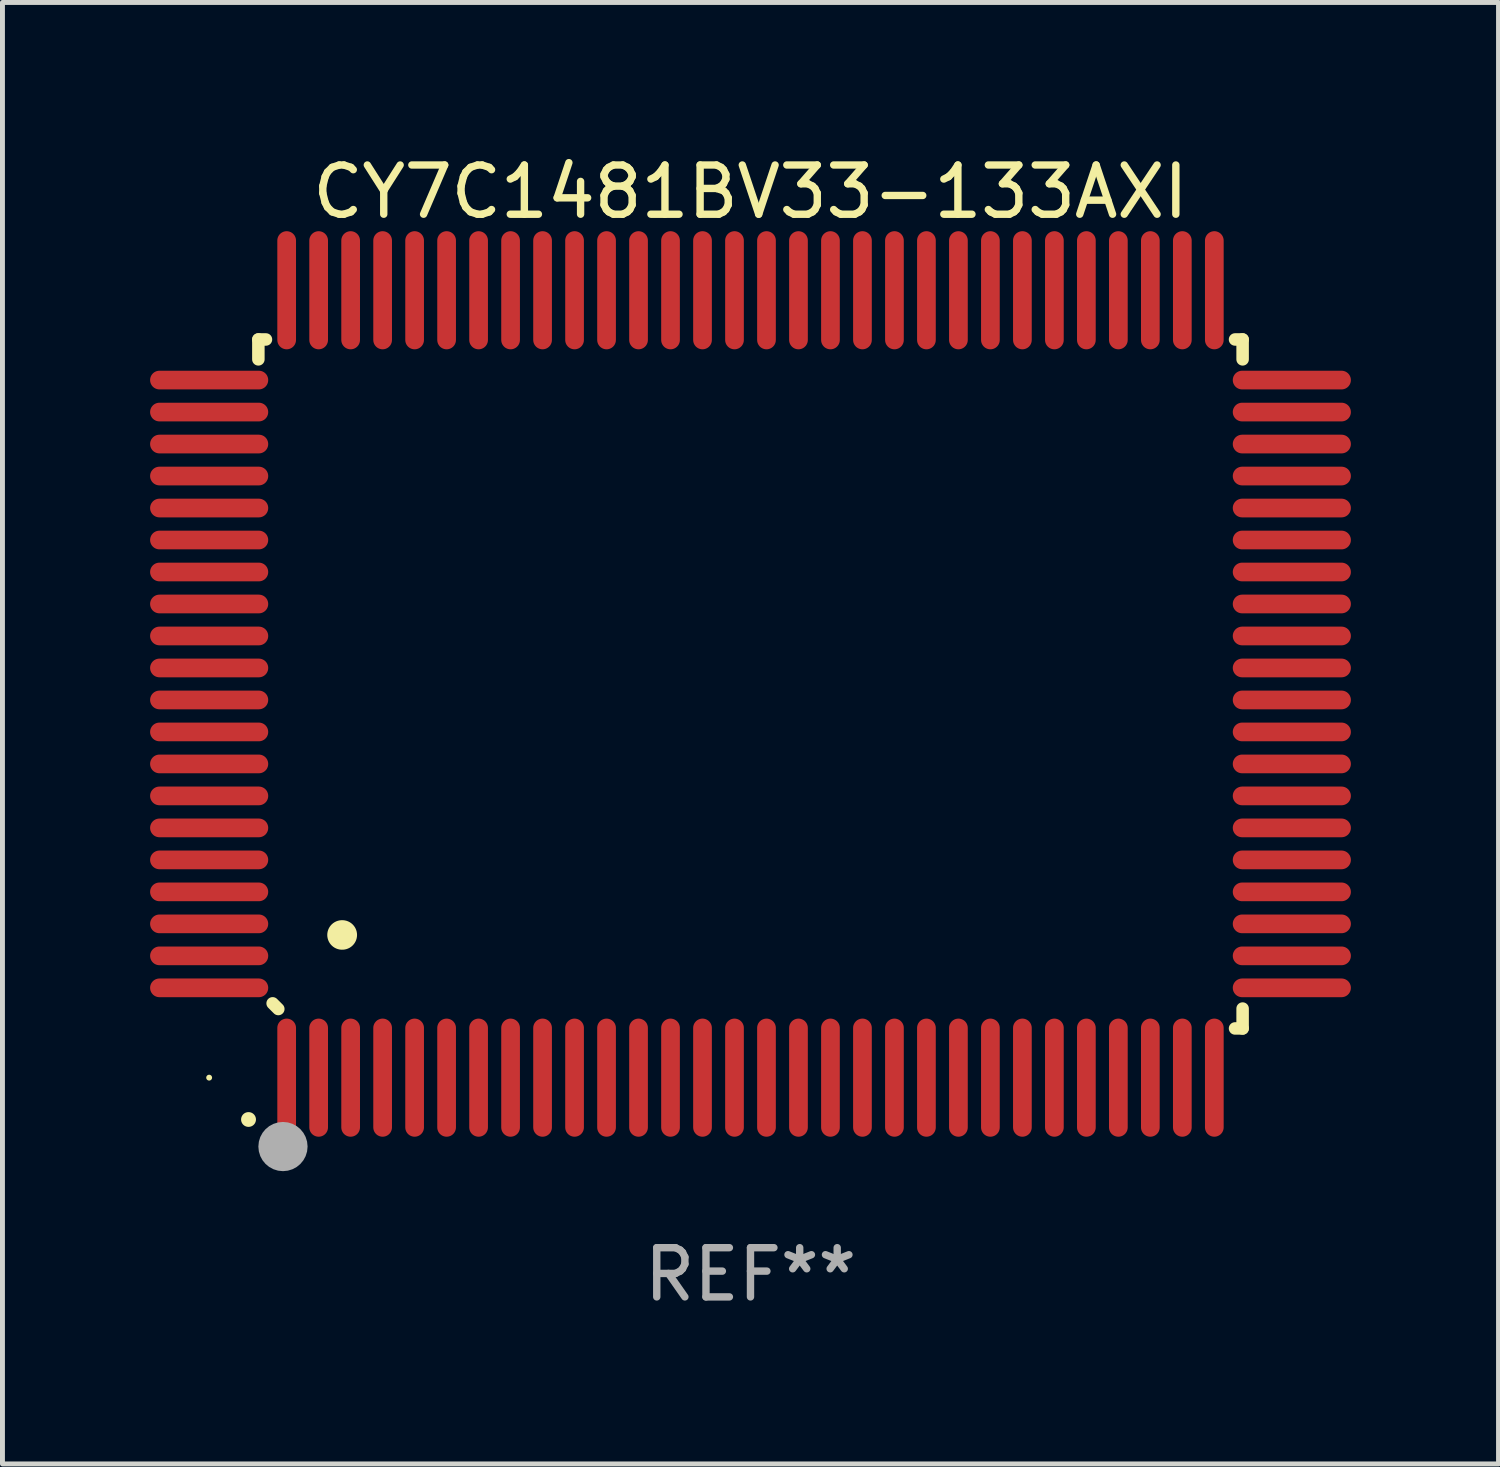
<source format=kicad_pcb>
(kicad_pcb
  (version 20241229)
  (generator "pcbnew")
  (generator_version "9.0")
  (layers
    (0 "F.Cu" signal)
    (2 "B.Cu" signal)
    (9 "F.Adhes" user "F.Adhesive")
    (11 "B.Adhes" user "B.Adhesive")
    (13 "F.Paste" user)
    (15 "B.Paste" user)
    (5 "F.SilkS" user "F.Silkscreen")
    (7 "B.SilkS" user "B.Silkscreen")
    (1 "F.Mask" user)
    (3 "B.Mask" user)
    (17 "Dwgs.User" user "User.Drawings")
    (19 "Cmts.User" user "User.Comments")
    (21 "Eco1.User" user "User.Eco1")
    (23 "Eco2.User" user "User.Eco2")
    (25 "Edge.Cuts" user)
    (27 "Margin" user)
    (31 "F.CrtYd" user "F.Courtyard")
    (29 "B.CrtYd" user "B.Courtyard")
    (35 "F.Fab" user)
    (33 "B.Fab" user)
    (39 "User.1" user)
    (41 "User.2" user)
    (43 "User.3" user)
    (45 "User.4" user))
  (footprint "CY7C1481BV33-133AXI"
    (layer "F.Cu")
    (at 12.2 10.848)
    (property "Reference" "CY7C1481BV33-133AXI" (at 0 -10 0) (layer "F.SilkS") (effects (font (size 1 1) (thickness 0.15))))
    (attr through_hole)
    (fp_line (start -10 -7) (end -10 -6.596) (stroke (width 0.254) (type solid)) (layer "F.SilkS"))
    (fp_line (start -10 -7) (end -9.846 -7) (stroke (width 0.254) (type solid)) (layer "F.SilkS"))
    (fp_line (start -9.595 6.605) (end -9.71 6.49) (stroke (width 0.254) (type solid)) (layer "F.SilkS"))
    (fp_line (start 9.846 -7) (end 10 -7) (stroke (width 0.254) (type solid)) (layer "F.SilkS"))
    (fp_line (start 10 -7) (end 10 -6.596) (stroke (width 0.254) (type solid)) (layer "F.SilkS"))
    (fp_line (start 10 6.596) (end 10 7) (stroke (width 0.254) (type solid)) (layer "F.SilkS"))
    (fp_line (start 10 7) (end 9.846 7) (stroke (width 0.254) (type solid)) (layer "F.SilkS"))
    (fp_arc (start -10.201295 8.850064) (mid -10.200025 8.850059) (end -10.198755 8.850064) (stroke (width 0.3) (type solid)) (layer "F.SilkS"))
    (fp_arc (start -8.300025 5.100076) (mid -8.297485 5.100065) (end -8.294945 5.100076) (stroke (width 0.6) (type solid)) (layer "F.SilkS"))
    (fp_circle (center -11 8) (end -10.97 8) (stroke (width 0.06) (type solid)) (fill no) (layer "F.SilkS"))
    (fp_circle (center -9.5 9.4) (end -9.25 9.4) (stroke (width 0.5) (type solid)) (fill no) (layer "F.Fab"))
    (fp_text user "REF**" (at 0 12 0) (layer "F.Fab") (effects (font (size 1 1) (thickness 0.15))))
    (pad "1" smd oval (at -9.425 8 180) (size 0.38 2.4) (layers "F.Cu" "F.Mask" "F.Paste"))
    (pad "2" smd oval (at -8.775 8 180) (size 0.38 2.4) (layers "F.Cu" "F.Mask" "F.Paste"))
    (pad "3" smd oval (at -8.125 8 180) (size 0.38 2.4) (layers "F.Cu" "F.Mask" "F.Paste"))
    (pad "4" smd oval (at -7.475 8 180) (size 0.38 2.4) (layers "F.Cu" "F.Mask" "F.Paste"))
    (pad "5" smd oval (at -6.825 8 180) (size 0.38 2.4) (layers "F.Cu" "F.Mask" "F.Paste"))
    (pad "6" smd oval (at -6.175 8 180) (size 0.38 2.4) (layers "F.Cu" "F.Mask" "F.Paste"))
    (pad "7" smd oval (at -5.525 8 180) (size 0.38 2.4) (layers "F.Cu" "F.Mask" "F.Paste"))
    (pad "8" smd oval (at -4.875 8 180) (size 0.38 2.4) (layers "F.Cu" "F.Mask" "F.Paste"))
    (pad "9" smd oval (at -4.225 8 180) (size 0.38 2.4) (layers "F.Cu" "F.Mask" "F.Paste"))
    (pad "10" smd oval (at -3.575 8 180) (size 0.38 2.4) (layers "F.Cu" "F.Mask" "F.Paste"))
    (pad "11" smd oval (at -2.925 8 180) (size 0.38 2.4) (layers "F.Cu" "F.Mask" "F.Paste"))
    (pad "12" smd oval (at -2.275 8 180) (size 0.38 2.4) (layers "F.Cu" "F.Mask" "F.Paste"))
    (pad "13" smd oval (at -1.625 8 180) (size 0.38 2.4) (layers "F.Cu" "F.Mask" "F.Paste"))
    (pad "14" smd oval (at -0.975 8 180) (size 0.38 2.4) (layers "F.Cu" "F.Mask" "F.Paste"))
    (pad "15" smd oval (at -0.325 8 180) (size 0.38 2.4) (layers "F.Cu" "F.Mask" "F.Paste"))
    (pad "16" smd oval (at 0.325 8 180) (size 0.38 2.4) (layers "F.Cu" "F.Mask" "F.Paste"))
    (pad "17" smd oval (at 0.975 8 180) (size 0.38 2.4) (layers "F.Cu" "F.Mask" "F.Paste"))
    (pad "18" smd oval (at 1.625 8 180) (size 0.38 2.4) (layers "F.Cu" "F.Mask" "F.Paste"))
    (pad "19" smd oval (at 2.275 8 180) (size 0.38 2.4) (layers "F.Cu" "F.Mask" "F.Paste"))
    (pad "20" smd oval (at 2.925 8 180) (size 0.38 2.4) (layers "F.Cu" "F.Mask" "F.Paste"))
    (pad "21" smd oval (at 3.575 8 180) (size 0.38 2.4) (layers "F.Cu" "F.Mask" "F.Paste"))
    (pad "22" smd oval (at 4.225 8 180) (size 0.38 2.4) (layers "F.Cu" "F.Mask" "F.Paste"))
    (pad "23" smd oval (at 4.875 8 180) (size 0.38 2.4) (layers "F.Cu" "F.Mask" "F.Paste"))
    (pad "24" smd oval (at 5.525 8 180) (size 0.38 2.4) (layers "F.Cu" "F.Mask" "F.Paste"))
    (pad "25" smd oval (at 6.175 8 180) (size 0.38 2.4) (layers "F.Cu" "F.Mask" "F.Paste"))
    (pad "26" smd oval (at 6.825 8 180) (size 0.38 2.4) (layers "F.Cu" "F.Mask" "F.Paste"))
    (pad "27" smd oval (at 7.475 8 180) (size 0.38 2.4) (layers "F.Cu" "F.Mask" "F.Paste"))
    (pad "28" smd oval (at 8.125 8 180) (size 0.38 2.4) (layers "F.Cu" "F.Mask" "F.Paste"))
    (pad "29" smd oval (at 8.775 8 180) (size 0.38 2.4) (layers "F.Cu" "F.Mask" "F.Paste"))
    (pad "30" smd oval (at 9.425 8 180) (size 0.38 2.4) (layers "F.Cu" "F.Mask" "F.Paste"))
    (pad "31" smd oval (at 11 6.175 90) (size 0.38 2.4) (layers "F.Cu" "F.Mask" "F.Paste"))
    (pad "32" smd oval (at 11 5.525 90) (size 0.38 2.4) (layers "F.Cu" "F.Mask" "F.Paste"))
    (pad "33" smd oval (at 11 4.875 90) (size 0.38 2.4) (layers "F.Cu" "F.Mask" "F.Paste"))
    (pad "34" smd oval (at 11 4.225 90) (size 0.38 2.4) (layers "F.Cu" "F.Mask" "F.Paste"))
    (pad "35" smd oval (at 11 3.575 90) (size 0.38 2.4) (layers "F.Cu" "F.Mask" "F.Paste"))
    (pad "36" smd oval (at 11 2.925 90) (size 0.38 2.4) (layers "F.Cu" "F.Mask" "F.Paste"))
    (pad "37" smd oval (at 11 2.275 90) (size 0.38 2.4) (layers "F.Cu" "F.Mask" "F.Paste"))
    (pad "38" smd oval (at 11 1.625 90) (size 0.38 2.4) (layers "F.Cu" "F.Mask" "F.Paste"))
    (pad "39" smd oval (at 11 0.975 90) (size 0.38 2.4) (layers "F.Cu" "F.Mask" "F.Paste"))
    (pad "40" smd oval (at 11 0.325 90) (size 0.38 2.4) (layers "F.Cu" "F.Mask" "F.Paste"))
    (pad "41" smd oval (at 11 -0.325 90) (size 0.38 2.4) (layers "F.Cu" "F.Mask" "F.Paste"))
    (pad "42" smd oval (at 11 -0.975 90) (size 0.38 2.4) (layers "F.Cu" "F.Mask" "F.Paste"))
    (pad "43" smd oval (at 11 -1.625 90) (size 0.38 2.4) (layers "F.Cu" "F.Mask" "F.Paste"))
    (pad "44" smd oval (at 11 -2.275 90) (size 0.38 2.4) (layers "F.Cu" "F.Mask" "F.Paste"))
    (pad "45" smd oval (at 11 -2.925 90) (size 0.38 2.4) (layers "F.Cu" "F.Mask" "F.Paste"))
    (pad "46" smd oval (at 11 -3.575 90) (size 0.38 2.4) (layers "F.Cu" "F.Mask" "F.Paste"))
    (pad "47" smd oval (at 11 -4.225 90) (size 0.38 2.4) (layers "F.Cu" "F.Mask" "F.Paste"))
    (pad "48" smd oval (at 11 -4.875 90) (size 0.38 2.4) (layers "F.Cu" "F.Mask" "F.Paste"))
    (pad "49" smd oval (at 11 -5.525 90) (size 0.38 2.4) (layers "F.Cu" "F.Mask" "F.Paste"))
    (pad "50" smd oval (at 11 -6.175 90) (size 0.38 2.4) (layers "F.Cu" "F.Mask" "F.Paste"))
    (pad "51" smd oval (at 9.425 -8 180) (size 0.38 2.4) (layers "F.Cu" "F.Mask" "F.Paste"))
    (pad "52" smd oval (at 8.775 -8 180) (size 0.38 2.4) (layers "F.Cu" "F.Mask" "F.Paste"))
    (pad "53" smd oval (at 8.125 -8 180) (size 0.38 2.4) (layers "F.Cu" "F.Mask" "F.Paste"))
    (pad "54" smd oval (at 7.475 -8 180) (size 0.38 2.4) (layers "F.Cu" "F.Mask" "F.Paste"))
    (pad "55" smd oval (at 6.825 -8 180) (size 0.38 2.4) (layers "F.Cu" "F.Mask" "F.Paste"))
    (pad "56" smd oval (at 6.175 -8 180) (size 0.38 2.4) (layers "F.Cu" "F.Mask" "F.Paste"))
    (pad "57" smd oval (at 5.525 -8 180) (size 0.38 2.4) (layers "F.Cu" "F.Mask" "F.Paste"))
    (pad "58" smd oval (at 4.875 -8 180) (size 0.38 2.4) (layers "F.Cu" "F.Mask" "F.Paste"))
    (pad "59" smd oval (at 4.225 -8 180) (size 0.38 2.4) (layers "F.Cu" "F.Mask" "F.Paste"))
    (pad "60" smd oval (at 3.575 -8 180) (size 0.38 2.4) (layers "F.Cu" "F.Mask" "F.Paste"))
    (pad "61" smd oval (at 2.925 -8 180) (size 0.38 2.4) (layers "F.Cu" "F.Mask" "F.Paste"))
    (pad "62" smd oval (at 2.275 -8 180) (size 0.38 2.4) (layers "F.Cu" "F.Mask" "F.Paste"))
    (pad "63" smd oval (at 1.625 -8 180) (size 0.38 2.4) (layers "F.Cu" "F.Mask" "F.Paste"))
    (pad "64" smd oval (at 0.975 -8 180) (size 0.38 2.4) (layers "F.Cu" "F.Mask" "F.Paste"))
    (pad "65" smd oval (at 0.325 -8 180) (size 0.38 2.4) (layers "F.Cu" "F.Mask" "F.Paste"))
    (pad "66" smd oval (at -0.325 -8 180) (size 0.38 2.4) (layers "F.Cu" "F.Mask" "F.Paste"))
    (pad "67" smd oval (at -0.975 -8 180) (size 0.38 2.4) (layers "F.Cu" "F.Mask" "F.Paste"))
    (pad "68" smd oval (at -1.625 -8 180) (size 0.38 2.4) (layers "F.Cu" "F.Mask" "F.Paste"))
    (pad "69" smd oval (at -2.275 -8 180) (size 0.38 2.4) (layers "F.Cu" "F.Mask" "F.Paste"))
    (pad "70" smd oval (at -2.925 -8 180) (size 0.38 2.4) (layers "F.Cu" "F.Mask" "F.Paste"))
    (pad "71" smd oval (at -3.575 -8 180) (size 0.38 2.4) (layers "F.Cu" "F.Mask" "F.Paste"))
    (pad "72" smd oval (at -4.225 -8 180) (size 0.38 2.4) (layers "F.Cu" "F.Mask" "F.Paste"))
    (pad "73" smd oval (at -4.875 -8 180) (size 0.38 2.4) (layers "F.Cu" "F.Mask" "F.Paste"))
    (pad "74" smd oval (at -5.525 -8 180) (size 0.38 2.4) (layers "F.Cu" "F.Mask" "F.Paste"))
    (pad "75" smd oval (at -6.175 -8 180) (size 0.38 2.4) (layers "F.Cu" "F.Mask" "F.Paste"))
    (pad "76" smd oval (at -6.825 -8 180) (size 0.38 2.4) (layers "F.Cu" "F.Mask" "F.Paste"))
    (pad "77" smd oval (at -7.475 -8 180) (size 0.38 2.4) (layers "F.Cu" "F.Mask" "F.Paste"))
    (pad "78" smd oval (at -8.125 -8 180) (size 0.38 2.4) (layers "F.Cu" "F.Mask" "F.Paste"))
    (pad "79" smd oval (at -8.775 -8 180) (size 0.38 2.4) (layers "F.Cu" "F.Mask" "F.Paste"))
    (pad "80" smd oval (at -9.425 -8 180) (size 0.38 2.4) (layers "F.Cu" "F.Mask" "F.Paste"))
    (pad "81" smd oval (at -11 -6.175 90) (size 0.38 2.4) (layers "F.Cu" "F.Mask" "F.Paste"))
    (pad "82" smd oval (at -11 -5.525 90) (size 0.38 2.4) (layers "F.Cu" "F.Mask" "F.Paste"))
    (pad "83" smd oval (at -11 -4.875 90) (size 0.38 2.4) (layers "F.Cu" "F.Mask" "F.Paste"))
    (pad "84" smd oval (at -11 -4.225 90) (size 0.38 2.4) (layers "F.Cu" "F.Mask" "F.Paste"))
    (pad "85" smd oval (at -11 -3.575 90) (size 0.38 2.4) (layers "F.Cu" "F.Mask" "F.Paste"))
    (pad "86" smd oval (at -11 -2.925 90) (size 0.38 2.4) (layers "F.Cu" "F.Mask" "F.Paste"))
    (pad "87" smd oval (at -11 -2.275 90) (size 0.38 2.4) (layers "F.Cu" "F.Mask" "F.Paste"))
    (pad "88" smd oval (at -11 -1.625 90) (size 0.38 2.4) (layers "F.Cu" "F.Mask" "F.Paste"))
    (pad "89" smd oval (at -11 -0.975 90) (size 0.38 2.4) (layers "F.Cu" "F.Mask" "F.Paste"))
    (pad "90" smd oval (at -11 -0.325 90) (size 0.38 2.4) (layers "F.Cu" "F.Mask" "F.Paste"))
    (pad "91" smd oval (at -11 0.325 90) (size 0.38 2.4) (layers "F.Cu" "F.Mask" "F.Paste"))
    (pad "92" smd oval (at -11 0.975 90) (size 0.38 2.4) (layers "F.Cu" "F.Mask" "F.Paste"))
    (pad "93" smd oval (at -11 1.625 90) (size 0.38 2.4) (layers "F.Cu" "F.Mask" "F.Paste"))
    (pad "94" smd oval (at -11 2.275 90) (size 0.38 2.4) (layers "F.Cu" "F.Mask" "F.Paste"))
    (pad "95" smd oval (at -11 2.925 90) (size 0.38 2.4) (layers "F.Cu" "F.Mask" "F.Paste"))
    (pad "96" smd oval (at -11 3.575 90) (size 0.38 2.4) (layers "F.Cu" "F.Mask" "F.Paste"))
    (pad "97" smd oval (at -11 4.225 90) (size 0.38 2.4) (layers "F.Cu" "F.Mask" "F.Paste"))
    (pad "98" smd oval (at -11 4.875 90) (size 0.38 2.4) (layers "F.Cu" "F.Mask" "F.Paste"))
    (pad "99" smd oval (at -11 5.525 90) (size 0.38 2.4) (layers "F.Cu" "F.Mask" "F.Paste"))
    (pad "100" smd oval (at -11 6.175 90) (size 0.38 2.4) (layers "F.Cu" "F.Mask" "F.Paste")))
  (gr_rect
    (start -3 -3)
    (end 27.4 26.697)
    (stroke (width 0.1) (type default))
    (fill no)
    (layer "Edge.Cuts")))
</source>
